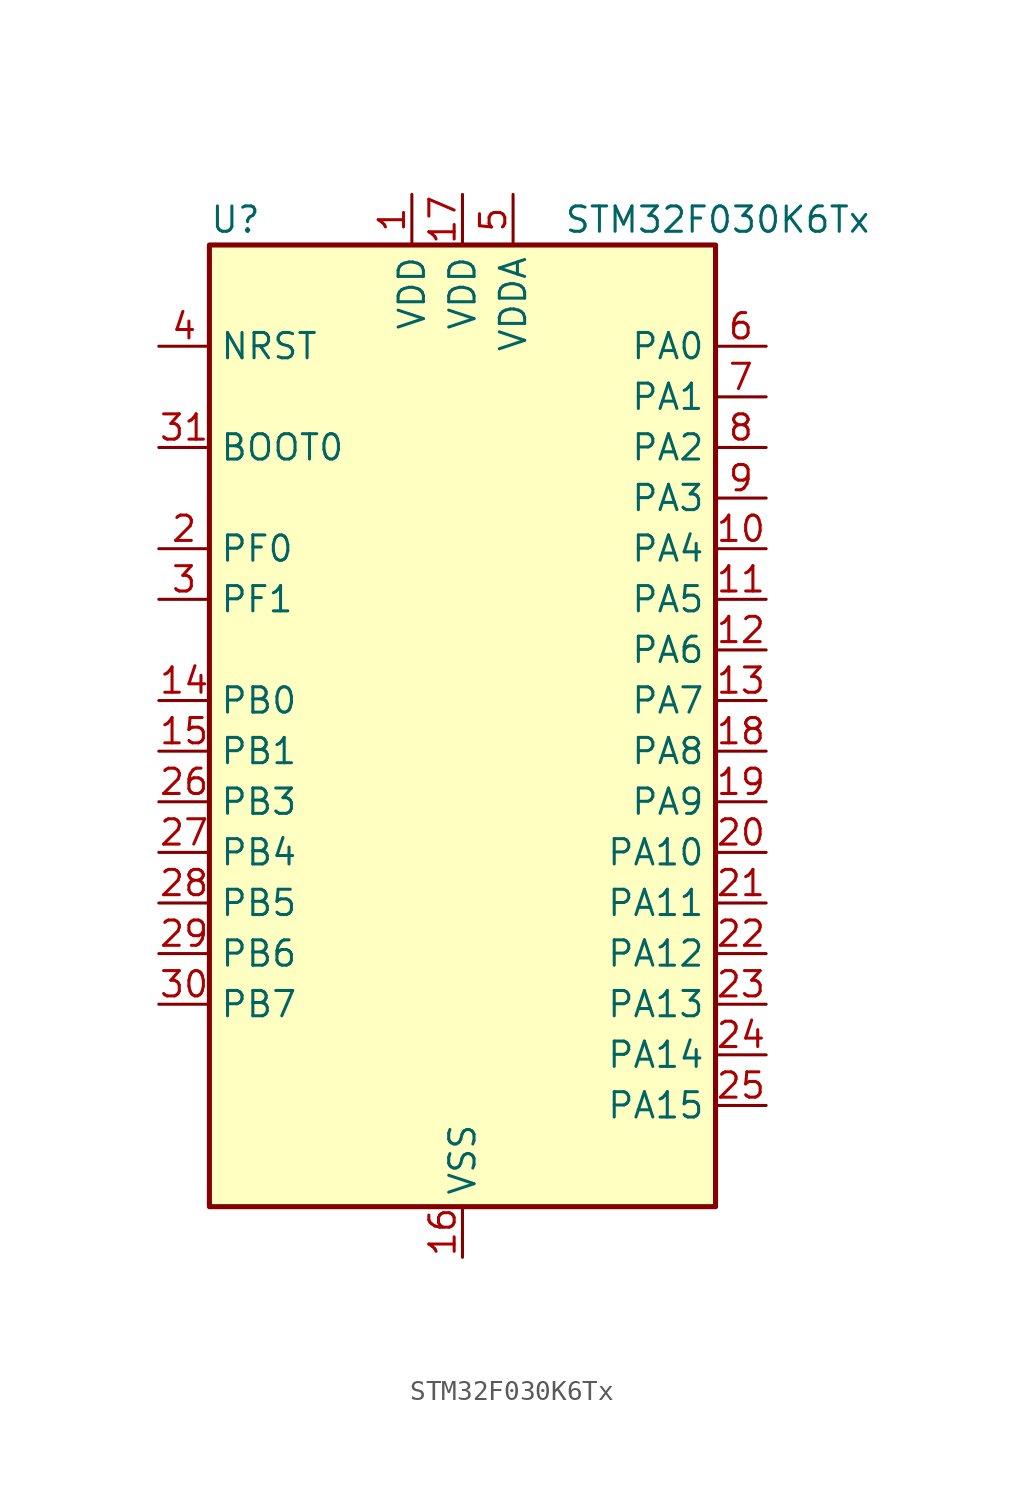
<source format=kicad_sym>
(kicad_symbol_lib
  (version 20241209)
  (generator "kicad_symbol_editor")
  (generator_version "9.0")
  (symbol "STM32F030K6Tx"
    (property "Reference" "U"
      (at -12.7 26.67 0)
      (effects (font (size 1.27 1.27)) (justify left)))
    (property "Value" "STM32F030K6Tx"
      (at 5.08 26.67 0)
      (effects (font (size 1.27 1.27)) (justify left)))
    (symbol "STM32F030K6Tx_0_1"
      (rectangle (start -12.7 -22.86) (end 12.7 25.4) (stroke (width 0.254) (type default)) (fill (type background))))
    (symbol "STM32F030K6Tx_1_1"
      (pin input line (at -15.24 20.32 0) (length 2.54) (name "NRST" (effects (font (size 1.27 1.27)))) (number "4" (effects (font (size 1.27 1.27)))))
      (pin input line (at -15.24 15.24 0) (length 2.54) (name "BOOT0" (effects (font (size 1.27 1.27)))) (number "31" (effects (font (size 1.27 1.27)))))
      (pin bidirectional line (at -15.24 10.16 0) (length 2.54) (name "PF0" (effects (font (size 1.27 1.27)))) (number "2" (effects (font (size 1.27 1.27)))) (alternate "RCC_OSC_IN" bidirectional line))
      (pin bidirectional line (at -15.24 7.62 0) (length 2.54) (name "PF1" (effects (font (size 1.27 1.27)))) (number "3" (effects (font (size 1.27 1.27)))) (alternate "RCC_OSC_OUT" bidirectional line))
      (pin bidirectional line (at -15.24 2.54 0) (length 2.54) (name "PB0" (effects (font (size 1.27 1.27)))) (number "14" (effects (font (size 1.27 1.27)))) (alternate "ADC_IN8" bidirectional line) (alternate "TIM1_CH2N" bidirectional line) (alternate "TIM3_CH3" bidirectional line))
      (pin bidirectional line (at -15.24 0 0) (length 2.54) (name "PB1" (effects (font (size 1.27 1.27)))) (number "15" (effects (font (size 1.27 1.27)))) (alternate "ADC_IN9" bidirectional line) (alternate "TIM14_CH1" bidirectional line) (alternate "TIM1_CH3N" bidirectional line) (alternate "TIM3_CH4" bidirectional line))
      (pin bidirectional line (at -15.24 -2.54 0) (length 2.54) (name "PB3" (effects (font (size 1.27 1.27)))) (number "26" (effects (font (size 1.27 1.27)))) (alternate "SPI1_SCK" bidirectional line))
      (pin bidirectional line (at -15.24 -5.08 0) (length 2.54) (name "PB4" (effects (font (size 1.27 1.27)))) (number "27" (effects (font (size 1.27 1.27)))) (alternate "SPI1_MISO" bidirectional line) (alternate "TIM3_CH1" bidirectional line))
      (pin bidirectional line (at -15.24 -7.62 0) (length 2.54) (name "PB5" (effects (font (size 1.27 1.27)))) (number "28" (effects (font (size 1.27 1.27)))) (alternate "I2C1_SMBA" bidirectional line) (alternate "SPI1_MOSI" bidirectional line) (alternate "TIM16_BKIN" bidirectional line) (alternate "TIM3_CH2" bidirectional line))
      (pin bidirectional line (at -15.24 -10.16 0) (length 2.54) (name "PB6" (effects (font (size 1.27 1.27)))) (number "29" (effects (font (size 1.27 1.27)))) (alternate "I2C1_SCL" bidirectional line) (alternate "TIM16_CH1N" bidirectional line) (alternate "USART1_TX" bidirectional line))
      (pin bidirectional line (at -15.24 -12.7 0) (length 2.54) (name "PB7" (effects (font (size 1.27 1.27)))) (number "30" (effects (font (size 1.27 1.27)))) (alternate "I2C1_SDA" bidirectional line) (alternate "TIM17_CH1N" bidirectional line) (alternate "USART1_RX" bidirectional line))
      (pin power_in line (at -2.54 27.94 270) (length 2.54) (name "VDD" (effects (font (size 1.27 1.27)))) (number "1" (effects (font (size 1.27 1.27)))))
      (pin power_in line (at 0 27.94 270) (length 2.54) (name "VDD" (effects (font (size 1.27 1.27)))) (number "17" (effects (font (size 1.27 1.27)))))
      (pin power_in line (at 0 -25.4 90) (length 2.54) (name "VSS" (effects (font (size 1.27 1.27)))) (number "16" (effects (font (size 1.27 1.27)))))
      (pin passive line (at 0 -25.4 90) (length 2.54) (hide yes) (name "VSS" (effects (font (size 1.27 1.27)))) (number "32" (effects (font (size 1.27 1.27)))))
      (pin power_in line (at 2.54 27.94 270) (length 2.54) (name "VDDA" (effects (font (size 1.27 1.27)))) (number "5" (effects (font (size 1.27 1.27)))))
      (pin bidirectional line (at 15.24 20.32 180) (length 2.54) (name "PA0" (effects (font (size 1.27 1.27)))) (number "6" (effects (font (size 1.27 1.27)))) (alternate "ADC_IN0" bidirectional line) (alternate "RTC_TAMP2" bidirectional line) (alternate "SYS_WKUP1" bidirectional line) (alternate "USART1_CTS" bidirectional line))
      (pin bidirectional line (at 15.24 17.78 180) (length 2.54) (name "PA1" (effects (font (size 1.27 1.27)))) (number "7" (effects (font (size 1.27 1.27)))) (alternate "ADC_IN1" bidirectional line) (alternate "USART1_DE" bidirectional line) (alternate "USART1_RTS" bidirectional line))
      (pin bidirectional line (at 15.24 15.24 180) (length 2.54) (name "PA2" (effects (font (size 1.27 1.27)))) (number "8" (effects (font (size 1.27 1.27)))) (alternate "ADC_IN2" bidirectional line) (alternate "USART1_TX" bidirectional line))
      (pin bidirectional line (at 15.24 12.7 180) (length 2.54) (name "PA3" (effects (font (size 1.27 1.27)))) (number "9" (effects (font (size 1.27 1.27)))) (alternate "ADC_IN3" bidirectional line) (alternate "USART1_RX" bidirectional line))
      (pin bidirectional line (at 15.24 10.16 180) (length 2.54) (name "PA4" (effects (font (size 1.27 1.27)))) (number "10" (effects (font (size 1.27 1.27)))) (alternate "ADC_IN4" bidirectional line) (alternate "SPI1_NSS" bidirectional line) (alternate "TIM14_CH1" bidirectional line) (alternate "USART1_CK" bidirectional line))
      (pin bidirectional line (at 15.24 7.62 180) (length 2.54) (name "PA5" (effects (font (size 1.27 1.27)))) (number "11" (effects (font (size 1.27 1.27)))) (alternate "ADC_IN5" bidirectional line) (alternate "SPI1_SCK" bidirectional line))
      (pin bidirectional line (at 15.24 5.08 180) (length 2.54) (name "PA6" (effects (font (size 1.27 1.27)))) (number "12" (effects (font (size 1.27 1.27)))) (alternate "ADC_IN6" bidirectional line) (alternate "SPI1_MISO" bidirectional line) (alternate "TIM16_CH1" bidirectional line) (alternate "TIM1_BKIN" bidirectional line) (alternate "TIM3_CH1" bidirectional line))
      (pin bidirectional line (at 15.24 2.54 180) (length 2.54) (name "PA7" (effects (font (size 1.27 1.27)))) (number "13" (effects (font (size 1.27 1.27)))) (alternate "ADC_IN7" bidirectional line) (alternate "SPI1_MOSI" bidirectional line) (alternate "TIM14_CH1" bidirectional line) (alternate "TIM17_CH1" bidirectional line) (alternate "TIM1_CH1N" bidirectional line) (alternate "TIM3_CH2" bidirectional line))
      (pin bidirectional line (at 15.24 0 180) (length 2.54) (name "PA8" (effects (font (size 1.27 1.27)))) (number "18" (effects (font (size 1.27 1.27)))) (alternate "RCC_MCO" bidirectional line) (alternate "TIM1_CH1" bidirectional line) (alternate "USART1_CK" bidirectional line))
      (pin bidirectional line (at 15.24 -2.54 180) (length 2.54) (name "PA9" (effects (font (size 1.27 1.27)))) (number "19" (effects (font (size 1.27 1.27)))) (alternate "I2C1_SCL" bidirectional line) (alternate "TIM1_CH2" bidirectional line) (alternate "USART1_TX" bidirectional line))
      (pin bidirectional line (at 15.24 -5.08 180) (length 2.54) (name "PA10" (effects (font (size 1.27 1.27)))) (number "20" (effects (font (size 1.27 1.27)))) (alternate "I2C1_SDA" bidirectional line) (alternate "TIM17_BKIN" bidirectional line) (alternate "TIM1_CH3" bidirectional line) (alternate "USART1_RX" bidirectional line))
      (pin bidirectional line (at 15.24 -7.62 180) (length 2.54) (name "PA11" (effects (font (size 1.27 1.27)))) (number "21" (effects (font (size 1.27 1.27)))) (alternate "TIM1_CH4" bidirectional line) (alternate "USART1_CTS" bidirectional line))
      (pin bidirectional line (at 15.24 -10.16 180) (length 2.54) (name "PA12" (effects (font (size 1.27 1.27)))) (number "22" (effects (font (size 1.27 1.27)))) (alternate "TIM1_ETR" bidirectional line) (alternate "USART1_DE" bidirectional line) (alternate "USART1_RTS" bidirectional line))
      (pin bidirectional line (at 15.24 -12.7 180) (length 2.54) (name "PA13" (effects (font (size 1.27 1.27)))) (number "23" (effects (font (size 1.27 1.27)))) (alternate "IR_OUT" bidirectional line) (alternate "SYS_SWDIO" bidirectional line))
      (pin bidirectional line (at 15.24 -15.24 180) (length 2.54) (name "PA14" (effects (font (size 1.27 1.27)))) (number "24" (effects (font (size 1.27 1.27)))) (alternate "SYS_SWCLK" bidirectional line) (alternate "USART1_TX" bidirectional line))
      (pin bidirectional line (at 15.24 -17.78 180) (length 2.54) (name "PA15" (effects (font (size 1.27 1.27)))) (number "25" (effects (font (size 1.27 1.27)))) (alternate "SPI1_NSS" bidirectional line) (alternate "USART1_RX" bidirectional line)))))
</source>
